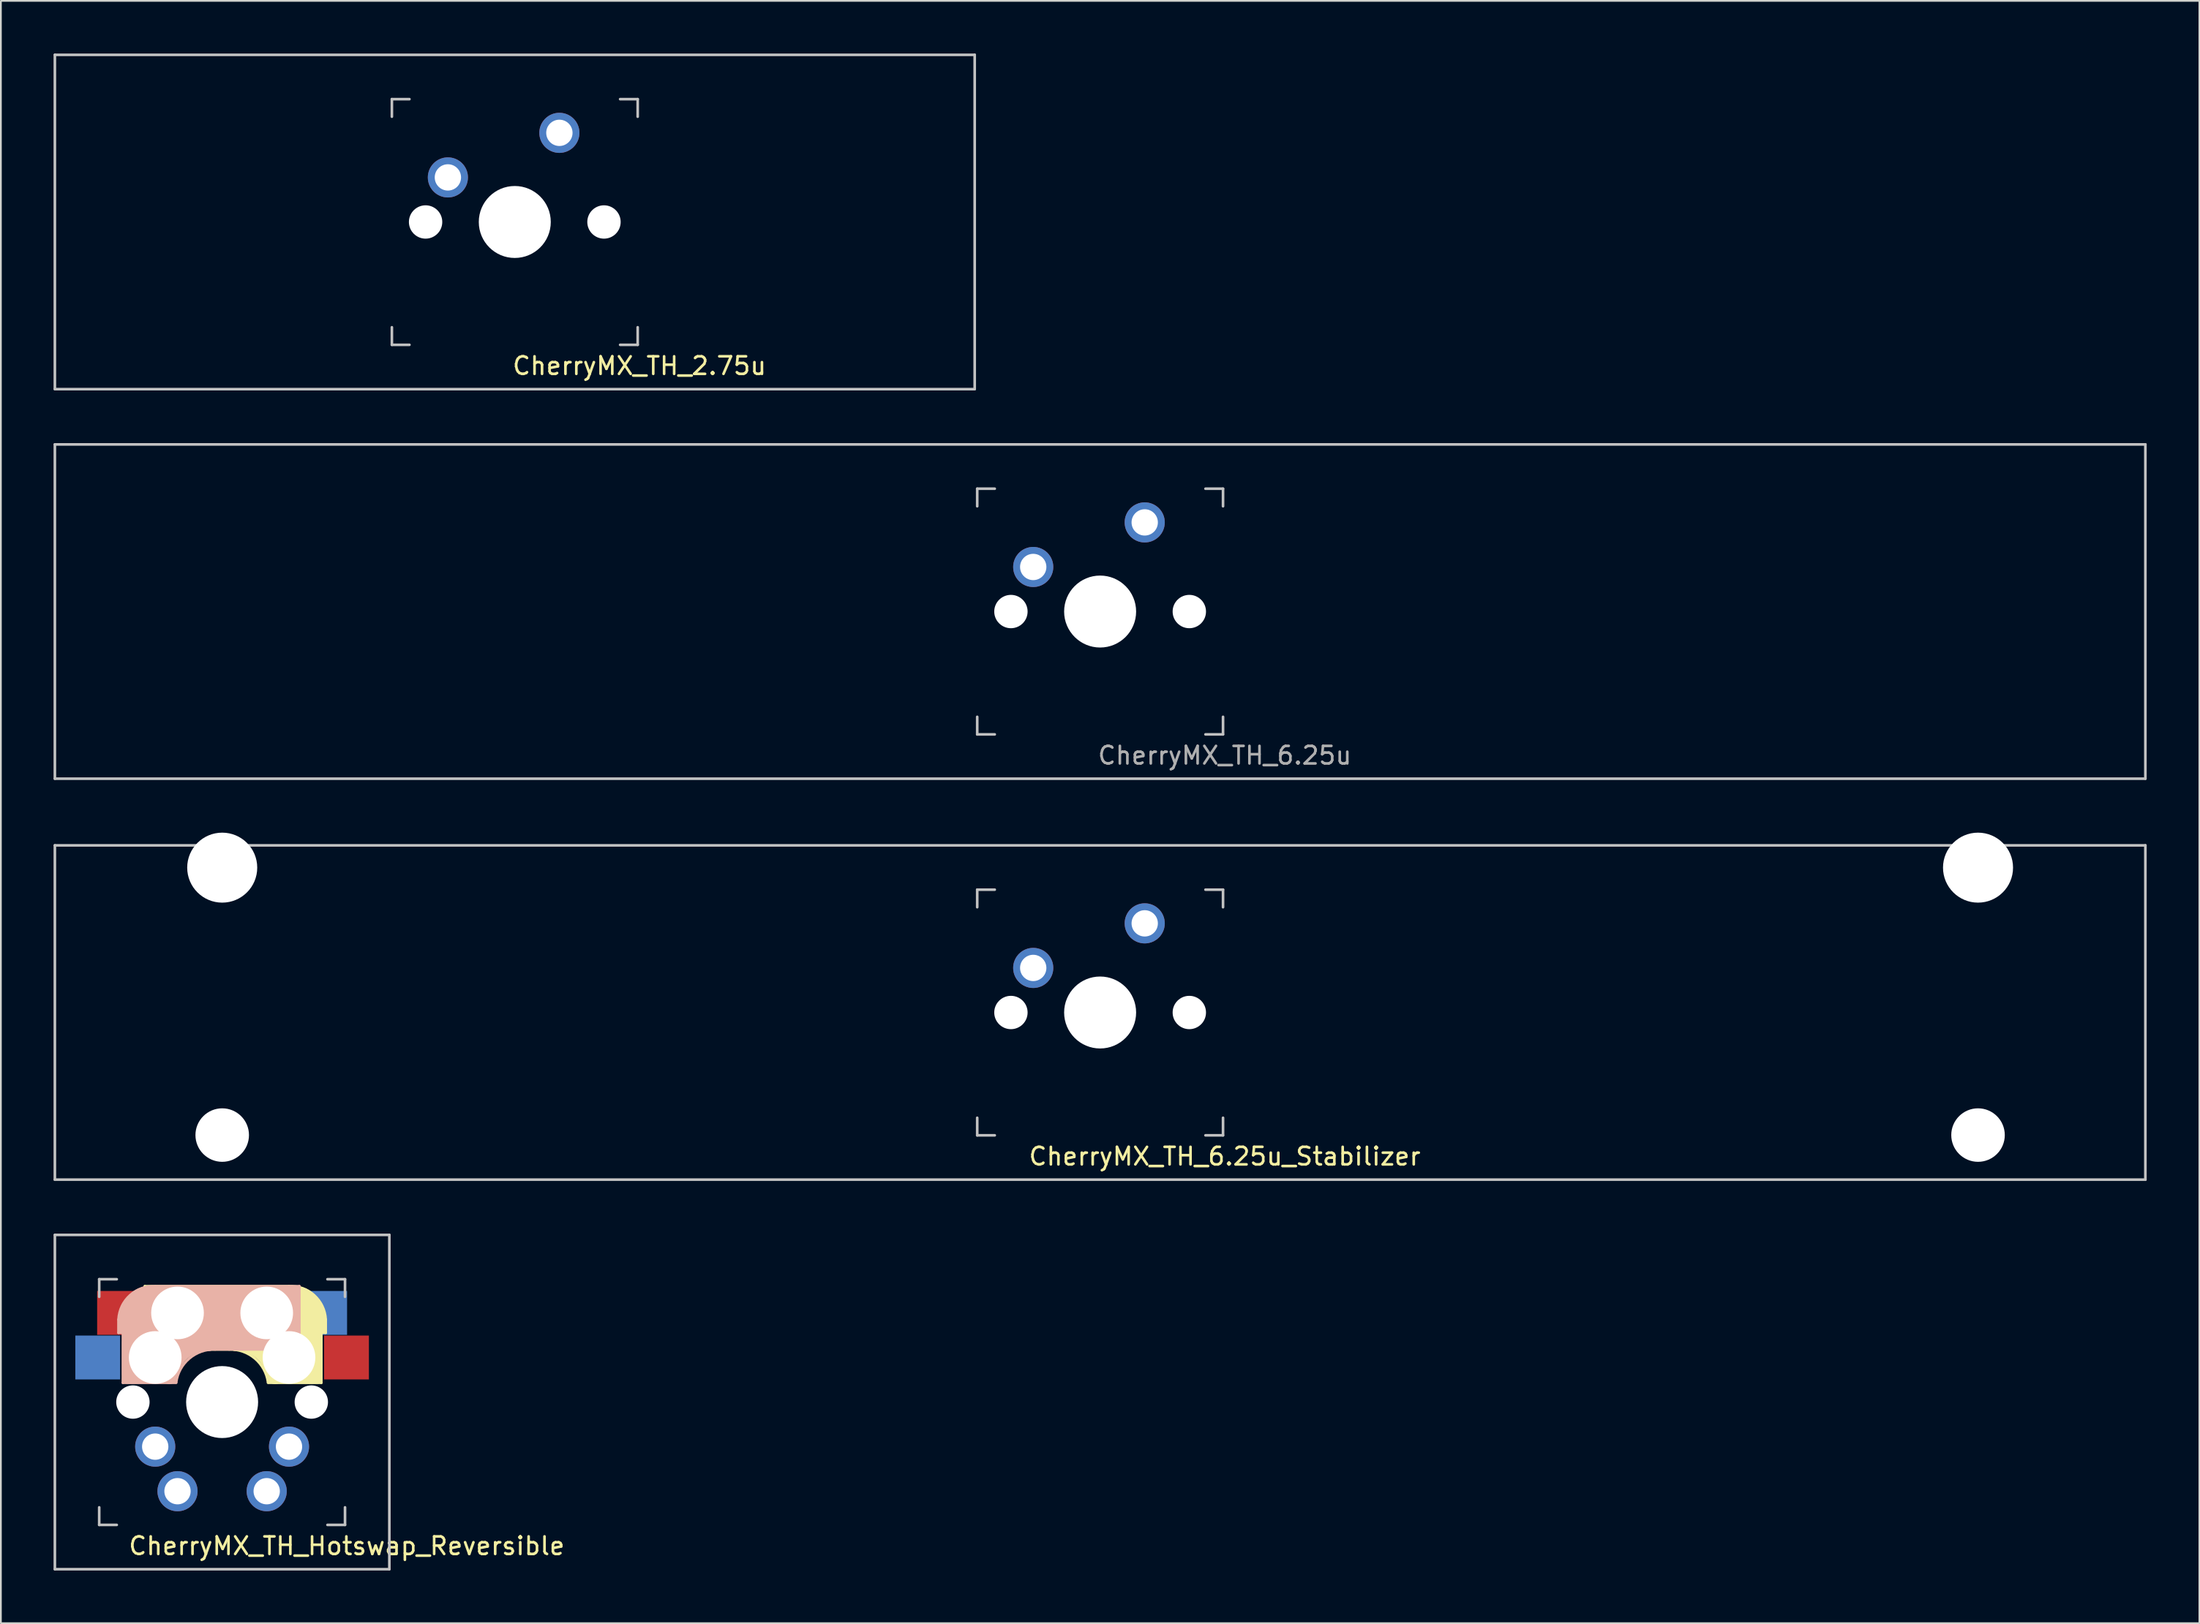
<source format=kicad_pcb>
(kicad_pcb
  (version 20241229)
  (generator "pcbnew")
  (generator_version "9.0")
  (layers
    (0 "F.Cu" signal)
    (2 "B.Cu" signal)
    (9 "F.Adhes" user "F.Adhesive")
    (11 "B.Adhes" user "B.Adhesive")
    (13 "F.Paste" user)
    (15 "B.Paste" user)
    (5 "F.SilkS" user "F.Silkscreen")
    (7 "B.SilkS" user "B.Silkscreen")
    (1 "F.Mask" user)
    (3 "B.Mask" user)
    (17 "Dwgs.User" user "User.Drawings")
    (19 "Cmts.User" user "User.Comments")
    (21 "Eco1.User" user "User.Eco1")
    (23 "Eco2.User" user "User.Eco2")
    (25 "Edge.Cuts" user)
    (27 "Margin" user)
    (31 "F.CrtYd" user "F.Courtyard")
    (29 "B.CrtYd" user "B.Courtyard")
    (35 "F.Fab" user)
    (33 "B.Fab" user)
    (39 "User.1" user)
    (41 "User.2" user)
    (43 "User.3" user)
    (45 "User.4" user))
  (footprint "CherryMX_TH_2.75u"
    (layer "F.Cu")
    (at 26.269 9.6)
    (property "Reference" "CherryMX_TH_2.75u" (at 7.1 8.2 0) (layer "F.SilkS") (effects (font (size 1 1) (thickness 0.15))))
    (attr through_hole)
    (fp_line (start -26.194 -9.525) (end 26.194 -9.525) (stroke (width 0.15) (type solid)) (layer "Dwgs.User"))
    (fp_line (start -26.194 9.525) (end -26.194 -9.525) (stroke (width 0.15) (type solid)) (layer "Dwgs.User"))
    (fp_line (start -7 -7) (end -6 -7) (stroke (width 0.15) (type solid)) (layer "Dwgs.User"))
    (fp_line (start -7 -6) (end -7 -7) (stroke (width 0.15) (type solid)) (layer "Dwgs.User"))
    (fp_line (start -7 6) (end -7 7) (stroke (width 0.15) (type solid)) (layer "Dwgs.User"))
    (fp_line (start -7 7) (end -6 7) (stroke (width 0.15) (type solid)) (layer "Dwgs.User"))
    (fp_line (start 6 7) (end 7 7) (stroke (width 0.15) (type solid)) (layer "Dwgs.User"))
    (fp_line (start 7 -7) (end 6 -7) (stroke (width 0.15) (type solid)) (layer "Dwgs.User"))
    (fp_line (start 7 -7) (end 7 -6) (stroke (width 0.15) (type solid)) (layer "Dwgs.User"))
    (fp_line (start 7 7) (end 7 6) (stroke (width 0.15) (type solid)) (layer "Dwgs.User"))
    (fp_line (start 26.194 -9.525) (end 26.194 9.525) (stroke (width 0.15) (type solid)) (layer "Dwgs.User"))
    (fp_line (start 26.194 9.525) (end -26.194 9.525) (stroke (width 0.15) (type solid)) (layer "Dwgs.User"))
    (pad "" np_thru_hole circle (at -5.08 0) (size 1.9 1.9) (drill 1.9) (layers "*.Cu" "*.Mask"))
    (pad "" np_thru_hole circle (at 0 0 90) (size 4.1 4.1) (drill 4.1) (layers "*.Cu" "*.Mask"))
    (pad "" np_thru_hole circle (at 5.08 0) (size 1.9 1.9) (drill 1.9) (layers "*.Cu" "*.Mask"))
    (pad "1" thru_hole circle (at -3.81 -2.54) (size 2.286 2.286) (drill 1.499) (layers "*.Cu" "*.Mask"))
    (pad "2" thru_hole circle (at 2.54 -5.08) (size 2.286 2.286) (drill 1.499) (layers "*.Cu" "*.Mask")))
  (footprint "CherryMX_TH_6.25u"
    (layer "F.Cu")
    (at 59.606 31.8)
    (property "Reference" "CherryMX_TH_6.25u" (at 7.1 8.2 0) (layer "F.Fab") (effects (font (size 1 1) (thickness 0.15))))
    (attr through_hole)
    (fp_line (start -59.531 -9.525) (end 59.531 -9.525) (stroke (width 0.15) (type solid)) (layer "Dwgs.User"))
    (fp_line (start -59.531 9.525) (end -59.531 -9.525) (stroke (width 0.15) (type solid)) (layer "Dwgs.User"))
    (fp_line (start -7 -7) (end -6 -7) (stroke (width 0.15) (type solid)) (layer "Dwgs.User"))
    (fp_line (start -7 -6) (end -7 -7) (stroke (width 0.15) (type solid)) (layer "Dwgs.User"))
    (fp_line (start -7 6) (end -7 7) (stroke (width 0.15) (type solid)) (layer "Dwgs.User"))
    (fp_line (start -7 7) (end -6 7) (stroke (width 0.15) (type solid)) (layer "Dwgs.User"))
    (fp_line (start 6 7) (end 7 7) (stroke (width 0.15) (type solid)) (layer "Dwgs.User"))
    (fp_line (start 7 -7) (end 6 -7) (stroke (width 0.15) (type solid)) (layer "Dwgs.User"))
    (fp_line (start 7 -7) (end 7 -6) (stroke (width 0.15) (type solid)) (layer "Dwgs.User"))
    (fp_line (start 7 7) (end 7 6) (stroke (width 0.15) (type solid)) (layer "Dwgs.User"))
    (fp_line (start 59.531 -9.525) (end 59.531 9.525) (stroke (width 0.15) (type solid)) (layer "Dwgs.User"))
    (fp_line (start 59.531 9.525) (end -59.531 9.525) (stroke (width 0.15) (type solid)) (layer "Dwgs.User"))
    (pad "" np_thru_hole circle (at -5.08 0) (size 1.9 1.9) (drill 1.9) (layers "*.Cu" "*.Mask"))
    (pad "" np_thru_hole circle (at 0 0 90) (size 4.1 4.1) (drill 4.1) (layers "*.Cu" "*.Mask"))
    (pad "" np_thru_hole circle (at 5.08 0) (size 1.9 1.9) (drill 1.9) (layers "*.Cu" "*.Mask"))
    (pad "1" thru_hole circle (at -3.81 -2.54) (size 2.286 2.286) (drill 1.499) (layers "*.Cu" "B.Mask"))
    (pad "2" thru_hole circle (at 2.54 -5.08) (size 2.286 2.286) (drill 1.499) (layers "*.Cu" "B.Mask")))
  (footprint "CherryMX_TH_Hotswap_Reversible"
    (layer "F.Cu")
    (at 9.6 76.849)
    (property "Reference" "CherryMX_TH_Hotswap_Reversible" (at 7.1 8.2 0) (layer "F.SilkS") (effects (font (size 1 1) (thickness 0.15))))
    (attr through_hole)
    (fp_line (start -4.4 -6.6) (end 3.8 -6.6) (stroke (width 0.15) (type solid)) (layer "F.SilkS"))
    (fp_line (start -4.4 -3) (end -4.4 -6.6) (stroke (width 0.15) (type solid)) (layer "F.SilkS"))
    (fp_line (start -4.38 -4) (end -4.38 -6.25) (stroke (width 0.15) (type solid)) (layer "F.SilkS"))
    (fp_line (start -4.25 -6.4) (end -3 -6.4) (stroke (width 0.4) (type solid)) (layer "F.SilkS"))
    (fp_line (start -4.2 -3.25) (end -2.9 -3.3) (stroke (width 0.5) (type solid)) (layer "F.SilkS"))
    (fp_line (start -3.9 -6) (end -3.9 -3.5) (stroke (width 1) (type solid)) (layer "F.SilkS"))
    (fp_line (start -2.6 -4.8) (end 4.1 -4.8) (stroke (width 3.5) (type solid)) (layer "F.SilkS"))
    (fp_line (start 0.4 -3) (end -4.4 -3) (stroke (width 0.15) (type solid)) (layer "F.SilkS"))
    (fp_line (start 4.17 -5.1) (end 4.17 -2.86) (stroke (width 3) (type solid)) (layer "F.SilkS"))
    (fp_line (start 5.3 -1.6) (end 5.3 -3.4) (stroke (width 0.8) (type solid)) (layer "F.SilkS"))
    (fp_line (start 5.45 -1.3) (end 3 -1.3) (stroke (width 0.5) (type solid)) (layer "F.SilkS"))
    (fp_line (start 5.65 -5.55) (end 5.65 -1.1) (stroke (width 0.15) (type solid)) (layer "F.SilkS"))
    (fp_line (start 5.65 -1.1) (end 2.62 -1.1) (stroke (width 0.15) (type solid)) (layer "F.SilkS"))
    (fp_line (start 5.8 -4.05) (end 5.8 -4.7) (stroke (width 0.3) (type solid)) (layer "F.SilkS"))
    (fp_line (start 5.9 -4.7) (end 5.9 -3.95) (stroke (width 0.15) (type solid)) (layer "F.SilkS"))
    (fp_line (start 5.9 -3.95) (end 5.7 -3.95) (stroke (width 0.15) (type solid)) (layer "F.SilkS"))
    (fp_arc (start 0.4 -3) (mid 1.868709 -2.486118) (end 2.616318 -1.121471) (stroke (width 0.15) (type solid)) (layer "F.SilkS"))
    (fp_arc (start 0.8 -3.4) (mid 2.268709 -2.886118) (end 3.016318 -1.521471) (stroke (width 1) (type solid)) (layer "F.SilkS"))
    (fp_arc (start 3.800001 -6.6) (mid 5.243504 -6.084924) (end 5.9 -4.699999) (stroke (width 0.15) (type solid)) (layer "F.SilkS"))
    (fp_line (start -5.9 -4.7) (end -5.9 -3.95) (stroke (width 0.15) (type solid)) (layer "B.SilkS"))
    (fp_line (start -5.9 -3.95) (end -5.7 -3.95) (stroke (width 0.15) (type solid)) (layer "B.SilkS"))
    (fp_line (start -5.8 -4.05) (end -5.8 -4.7) (stroke (width 0.3) (type solid)) (layer "B.SilkS"))
    (fp_line (start -5.65 -5.55) (end -5.65 -1.1) (stroke (width 0.15) (type solid)) (layer "B.SilkS"))
    (fp_line (start -5.65 -1.1) (end -2.62 -1.1) (stroke (width 0.15) (type solid)) (layer "B.SilkS"))
    (fp_line (start -5.45 -1.3) (end -3 -1.3) (stroke (width 0.5) (type solid)) (layer "B.SilkS"))
    (fp_line (start -5.3 -1.6) (end -5.3 -3.4) (stroke (width 0.8) (type solid)) (layer "B.SilkS"))
    (fp_line (start -4.17 -5.1) (end -4.17 -2.86) (stroke (width 3) (type solid)) (layer "B.SilkS"))
    (fp_line (start -0.4 -3) (end 4.4 -3) (stroke (width 0.15) (type solid)) (layer "B.SilkS"))
    (fp_line (start 2.6 -4.8) (end -4.1 -4.8) (stroke (width 3.5) (type solid)) (layer "B.SilkS"))
    (fp_line (start 3.9 -6) (end 3.9 -3.5) (stroke (width 1) (type solid)) (layer "B.SilkS"))
    (fp_line (start 4.2 -3.25) (end 2.9 -3.3) (stroke (width 0.5) (type solid)) (layer "B.SilkS"))
    (fp_line (start 4.25 -6.4) (end 3 -6.4) (stroke (width 0.4) (type solid)) (layer "B.SilkS"))
    (fp_line (start 4.38 -4) (end 4.38 -6.25) (stroke (width 0.15) (type solid)) (layer "B.SilkS"))
    (fp_line (start 4.4 -6.6) (end -3.8 -6.6) (stroke (width 0.15) (type solid)) (layer "B.SilkS"))
    (fp_line (start 4.4 -3) (end 4.4 -6.6) (stroke (width 0.15) (type solid)) (layer "B.SilkS"))
    (fp_arc (start -5.9 -4.699999) (mid -5.243504 -6.084924) (end -3.800001 -6.6) (stroke (width 0.15) (type solid)) (layer "B.SilkS"))
    (fp_arc (start -3.016318 -1.521471) (mid -2.268709 -2.886118) (end -0.8 -3.4) (stroke (width 1) (type solid)) (layer "B.SilkS"))
    (fp_arc (start -2.616318 -1.121471) (mid -1.868709 -2.486118) (end -0.4 -3) (stroke (width 0.15) (type solid)) (layer "B.SilkS"))
    (fp_line (start -9.525 -9.525) (end 9.525 -9.525) (stroke (width 0.15) (type solid)) (layer "Dwgs.User"))
    (fp_line (start -9.525 9.525) (end -9.525 -9.525) (stroke (width 0.15) (type solid)) (layer "Dwgs.User"))
    (fp_line (start -7 -7) (end -6 -7) (stroke (width 0.15) (type solid)) (layer "Dwgs.User"))
    (fp_line (start -7 -6) (end -7 -7) (stroke (width 0.15) (type solid)) (layer "Dwgs.User"))
    (fp_line (start -7 6) (end -7 7) (stroke (width 0.15) (type solid)) (layer "Dwgs.User"))
    (fp_line (start -7 7) (end -6 7) (stroke (width 0.15) (type solid)) (layer "Dwgs.User"))
    (fp_line (start 6 7) (end 7 7) (stroke (width 0.15) (type solid)) (layer "Dwgs.User"))
    (fp_line (start 7 -7) (end 6 -7) (stroke (width 0.15) (type solid)) (layer "Dwgs.User"))
    (fp_line (start 7 -7) (end 7 -6) (stroke (width 0.15) (type solid)) (layer "Dwgs.User"))
    (fp_line (start 7 7) (end 7 6) (stroke (width 0.15) (type solid)) (layer "Dwgs.User"))
    (fp_line (start 9.525 -9.525) (end 9.525 9.525) (stroke (width 0.15) (type solid)) (layer "Dwgs.User"))
    (fp_line (start 9.525 9.525) (end -9.525 9.525) (stroke (width 0.15) (type solid)) (layer "Dwgs.User"))
    (pad "" np_thru_hole circle (at -5.08 0) (size 1.9 1.9) (drill 1.9) (layers "*.Cu" "*.Mask"))
    (pad "" np_thru_hole circle (at -3.81 -2.54) (size 3 3) (drill 3) (layers "*.Cu" "*.Mask"))
    (pad "" np_thru_hole circle (at -2.54 -5.08 180) (size 3 3) (drill 3) (layers "*.Cu" "*.Mask"))
    (pad "" np_thru_hole circle (at 0 0 90) (size 4.1 4.1) (drill 4.1) (layers "*.Cu" "*.Mask"))
    (pad "" np_thru_hole circle (at 2.54 -5.08) (size 3 3) (drill 3) (layers "*.Cu" "*.Mask"))
    (pad "" np_thru_hole circle (at 3.81 -2.54 180) (size 3 3) (drill 3) (layers "*.Cu" "*.Mask"))
    (pad "" np_thru_hole circle (at 5.08 0) (size 1.9 1.9) (drill 1.9) (layers "*.Cu" "*.Mask"))
    (pad "1" smd rect (at -7.085 -2.54 180) (size 2.55 2.5) (layers "B.Cu" "B.Mask" "B.Paste"))
    (pad "1" smd rect (at -5.842 -5.08) (size 2.55 2.5) (layers "F.Cu" "F.Mask" "F.Paste"))
    (pad "1" thru_hole circle (at -3.81 2.54 180) (size 2.286 2.286) (drill 1.499) (layers "*.Cu" "*.Mask"))
    (pad "1" thru_hole circle (at -2.54 5.08 180) (size 2.286 2.286) (drill 1.499) (layers "*.Cu" "*.Mask"))
    (pad "2" thru_hole circle (at 2.54 5.08 180) (size 2.286 2.286) (drill 1.499) (layers "*.Cu" "*.Mask"))
    (pad "2" thru_hole circle (at 3.81 2.54 180) (size 2.286 2.286) (drill 1.499) (layers "*.Cu" "*.Mask"))
    (pad "2" smd rect (at 5.842 -5.08 180) (size 2.55 2.5) (layers "B.Cu" "B.Mask" "B.Paste"))
    (pad "2" smd rect (at 7.085 -2.54) (size 2.55 2.5) (layers "F.Cu" "F.Mask" "F.Paste")))
  (footprint "CherryMX_TH_6.25u_Stabilizer"
    (layer "F.Cu")
    (at 59.606 54.649)
    (property "Reference" "CherryMX_TH_6.25u_Stabilizer" (at 7.1 8.2 0) (layer "F.SilkS") (effects (font (size 1 1) (thickness 0.15))))
    (attr through_hole)
    (fp_line (start -59.531 -9.525) (end 59.531 -9.525) (stroke (width 0.15) (type solid)) (layer "Dwgs.User"))
    (fp_line (start -59.531 9.525) (end -59.531 -9.525) (stroke (width 0.15) (type solid)) (layer "Dwgs.User"))
    (fp_line (start -7 -7) (end -6 -7) (stroke (width 0.15) (type solid)) (layer "Dwgs.User"))
    (fp_line (start -7 -6) (end -7 -7) (stroke (width 0.15) (type solid)) (layer "Dwgs.User"))
    (fp_line (start -7 6) (end -7 7) (stroke (width 0.15) (type solid)) (layer "Dwgs.User"))
    (fp_line (start -7 7) (end -6 7) (stroke (width 0.15) (type solid)) (layer "Dwgs.User"))
    (fp_line (start 6 7) (end 7 7) (stroke (width 0.15) (type solid)) (layer "Dwgs.User"))
    (fp_line (start 7 -7) (end 6 -7) (stroke (width 0.15) (type solid)) (layer "Dwgs.User"))
    (fp_line (start 7 -7) (end 7 -6) (stroke (width 0.15) (type solid)) (layer "Dwgs.User"))
    (fp_line (start 7 7) (end 7 6) (stroke (width 0.15) (type solid)) (layer "Dwgs.User"))
    (fp_line (start 59.531 -9.525) (end 59.531 9.525) (stroke (width 0.15) (type solid)) (layer "Dwgs.User"))
    (fp_line (start 59.531 9.525) (end -59.531 9.525) (stroke (width 0.15) (type solid)) (layer "Dwgs.User"))
    (pad "" np_thru_hole circle (at -50 -8.255 180) (size 3.988 3.988) (drill 3.988) (layers "*.Cu" "*.Mask"))
    (pad "" np_thru_hole circle (at -50 6.985 180) (size 3.048 3.048) (drill 3.048) (layers "*.Cu" "*.Mask"))
    (pad "" np_thru_hole circle (at -5.08 0) (size 1.9 1.9) (drill 1.9) (layers "*.Cu" "*.Mask"))
    (pad "" np_thru_hole circle (at 0 0 90) (size 4.1 4.1) (drill 4.1) (layers "*.Cu" "*.Mask"))
    (pad "" np_thru_hole circle (at 5.08 0) (size 1.9 1.9) (drill 1.9) (layers "*.Cu" "*.Mask"))
    (pad "" np_thru_hole circle (at 50 -8.255 180) (size 3.988 3.988) (drill 3.988) (layers "*.Cu" "*.Mask"))
    (pad "" np_thru_hole circle (at 50 6.985 180) (size 3.048 3.048) (drill 3.048) (layers "*.Cu" "*.Mask"))
    (pad "1" thru_hole circle (at -3.81 -2.54) (size 2.286 2.286) (drill 1.499) (layers "*.Cu" "B.Mask"))
    (pad "2" thru_hole circle (at 2.54 -5.08) (size 2.286 2.286) (drill 1.499) (layers "*.Cu" "B.Mask")))
  (gr_rect
    (start -3 -3)
    (end 122.213 89.449)
    (stroke (width 0.1) (type default))
    (fill no)
    (layer "Edge.Cuts")))
</source>
